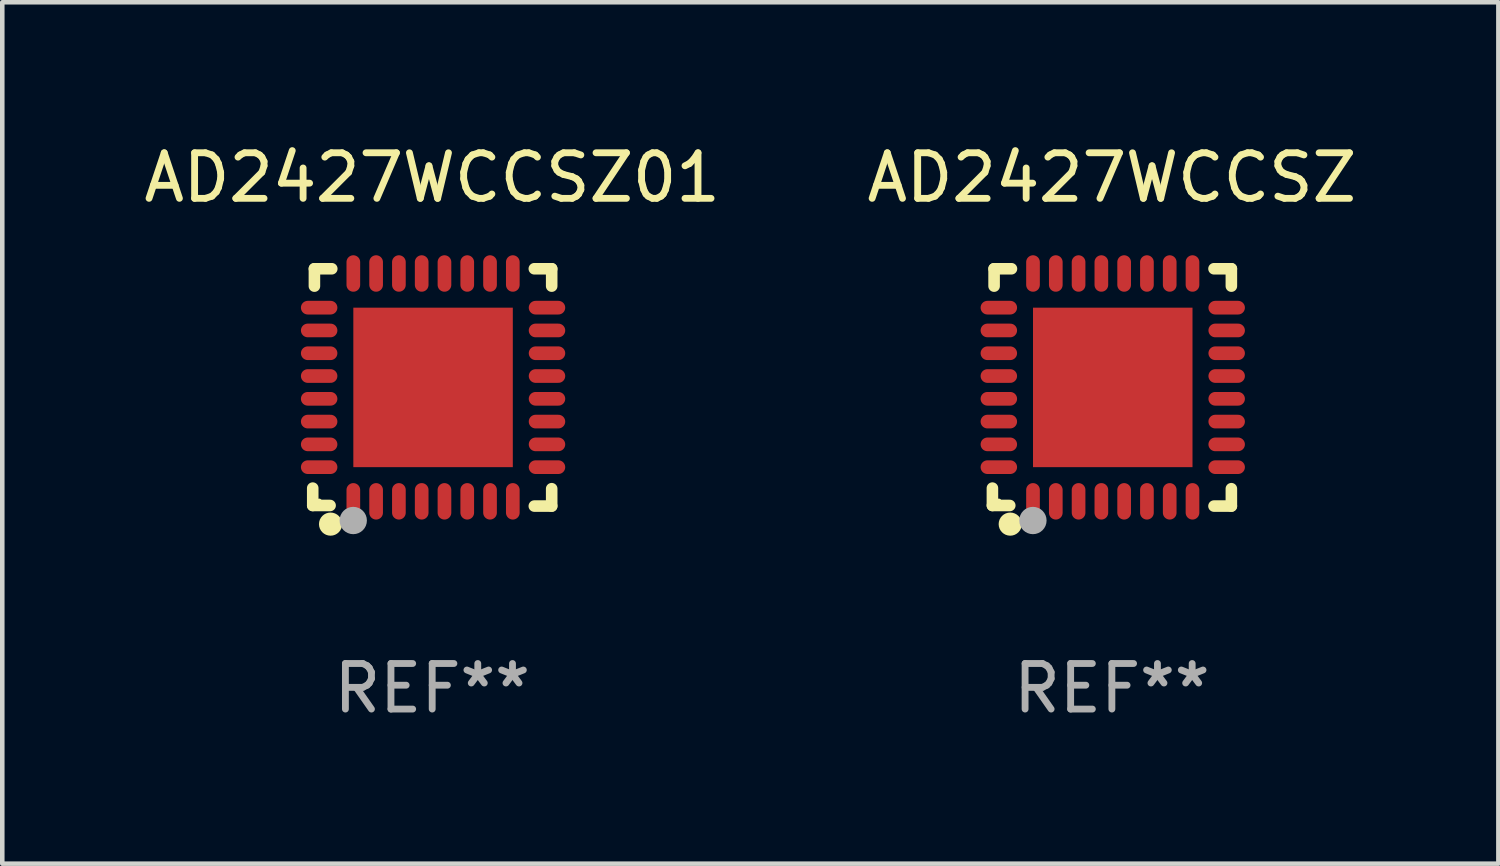
<source format=kicad_pcb>
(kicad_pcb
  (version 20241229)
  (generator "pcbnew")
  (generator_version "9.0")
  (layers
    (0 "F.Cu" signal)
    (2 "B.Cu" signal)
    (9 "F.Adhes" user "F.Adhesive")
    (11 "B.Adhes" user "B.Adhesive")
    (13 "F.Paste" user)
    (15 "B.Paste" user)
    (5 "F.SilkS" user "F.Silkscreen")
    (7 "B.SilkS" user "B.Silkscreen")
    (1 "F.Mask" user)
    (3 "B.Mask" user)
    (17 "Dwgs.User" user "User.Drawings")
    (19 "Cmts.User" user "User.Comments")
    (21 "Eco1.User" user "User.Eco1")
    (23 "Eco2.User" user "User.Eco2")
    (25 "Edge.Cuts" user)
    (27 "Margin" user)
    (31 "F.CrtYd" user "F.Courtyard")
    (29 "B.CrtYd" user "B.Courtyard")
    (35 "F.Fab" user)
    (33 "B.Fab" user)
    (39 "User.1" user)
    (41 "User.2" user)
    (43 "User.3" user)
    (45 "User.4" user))
  (footprint "AD2427WCCSZ01"
    (layer "F.Cu")
    (at 6.435 5.452)
    (property "Reference" "AD2427WCCSZ01" (at 0 -4.604 0) (layer "F.SilkS") (effects (font (size 1 1) (thickness 0.15))))
    (attr through_hole)
    (fp_line (start -2.622 2.21) (end -2.622 2.591) (stroke (width 0.254) (type solid)) (layer "F.SilkS"))
    (fp_line (start -2.622 2.591) (end -2.241 2.591) (stroke (width 0.254) (type solid)) (layer "F.SilkS"))
    (fp_line (start -2.585 -2.604) (end -2.585 -2.223) (stroke (width 0.254) (type solid)) (layer "F.SilkS"))
    (fp_line (start -2.204 -2.604) (end -2.585 -2.604) (stroke (width 0.254) (type solid)) (layer "F.SilkS"))
    (fp_line (start 2.241 2.604) (end 2.622 2.604) (stroke (width 0.254) (type solid)) (layer "F.SilkS"))
    (fp_line (start 2.622 -2.604) (end 2.241 -2.604) (stroke (width 0.254) (type solid)) (layer "F.SilkS"))
    (fp_line (start 2.622 -2.223) (end 2.622 -2.604) (stroke (width 0.254) (type solid)) (layer "F.SilkS"))
    (fp_line (start 2.622 2.604) (end 2.622 2.223) (stroke (width 0.254) (type solid)) (layer "F.SilkS"))
    (fp_circle (center -2.481 2.5) (end -2.451 2.5) (stroke (width 0.06) (type solid)) (fill no) (layer "F.SilkS"))
    (fp_circle (center -2.231 3) (end -2.104 3) (stroke (width 0.254) (type solid)) (fill no) (layer "F.SilkS"))
    (fp_circle (center -1.733 2.921) (end -1.583 2.921) (stroke (width 0.3) (type solid)) (fill no) (layer "F.Fab"))
    (fp_text user "REF**" (at 0 6.604 0) (layer "F.Fab") (effects (font (size 1 1) (thickness 0.15))))
    (pad "1" smd oval (at -1.731 2.5 90) (size 0.8 0.3) (layers "F.Cu" "F.Mask" "F.Paste"))
    (pad "2" smd oval (at -1.231 2.5 90) (size 0.8 0.3) (layers "F.Cu" "F.Mask" "F.Paste"))
    (pad "3" smd oval (at -0.731 2.5 90) (size 0.8 0.3) (layers "F.Cu" "F.Mask" "F.Paste"))
    (pad "4" smd oval (at -0.231 2.5 90) (size 0.8 0.3) (layers "F.Cu" "F.Mask" "F.Paste"))
    (pad "5" smd oval (at 0.269 2.5 90) (size 0.8 0.3) (layers "F.Cu" "F.Mask" "F.Paste"))
    (pad "6" smd oval (at 0.769 2.5 90) (size 0.8 0.3) (layers "F.Cu" "F.Mask" "F.Paste"))
    (pad "7" smd oval (at 1.269 2.5 90) (size 0.8 0.3) (layers "F.Cu" "F.Mask" "F.Paste"))
    (pad "8" smd oval (at 1.769 2.5 90) (size 0.8 0.3) (layers "F.Cu" "F.Mask" "F.Paste"))
    (pad "9" smd oval (at 2.519 1.75 180) (size 0.8 0.3) (layers "F.Cu" "F.Mask" "F.Paste"))
    (pad "10" smd oval (at 2.519 1.25 180) (size 0.8 0.3) (layers "F.Cu" "F.Mask" "F.Paste"))
    (pad "11" smd oval (at 2.519 0.75 180) (size 0.8 0.3) (layers "F.Cu" "F.Mask" "F.Paste"))
    (pad "12" smd oval (at 2.519 0.25 180) (size 0.8 0.3) (layers "F.Cu" "F.Mask" "F.Paste"))
    (pad "13" smd oval (at 2.519 -0.25 180) (size 0.8 0.3) (layers "F.Cu" "F.Mask" "F.Paste"))
    (pad "14" smd oval (at 2.519 -0.75 180) (size 0.8 0.3) (layers "F.Cu" "F.Mask" "F.Paste"))
    (pad "15" smd oval (at 2.519 -1.25 180) (size 0.8 0.3) (layers "F.Cu" "F.Mask" "F.Paste"))
    (pad "16" smd oval (at 2.519 -1.75 180) (size 0.8 0.3) (layers "F.Cu" "F.Mask" "F.Paste"))
    (pad "17" smd oval (at 1.769 -2.5 270) (size 0.8 0.3) (layers "F.Cu" "F.Mask" "F.Paste"))
    (pad "18" smd oval (at 1.269 -2.5 270) (size 0.8 0.3) (layers "F.Cu" "F.Mask" "F.Paste"))
    (pad "19" smd oval (at 0.769 -2.5 270) (size 0.8 0.3) (layers "F.Cu" "F.Mask" "F.Paste"))
    (pad "20" smd oval (at 0.269 -2.5 270) (size 0.8 0.3) (layers "F.Cu" "F.Mask" "F.Paste"))
    (pad "21" smd oval (at -0.231 -2.5 270) (size 0.8 0.3) (layers "F.Cu" "F.Mask" "F.Paste"))
    (pad "22" smd oval (at -0.731 -2.5 270) (size 0.8 0.3) (layers "F.Cu" "F.Mask" "F.Paste"))
    (pad "23" smd oval (at -1.231 -2.5 270) (size 0.8 0.3) (layers "F.Cu" "F.Mask" "F.Paste"))
    (pad "24" smd oval (at -1.731 -2.5 270) (size 0.8 0.3) (layers "F.Cu" "F.Mask" "F.Paste"))
    (pad "25" smd oval (at -2.481 -1.75) (size 0.8 0.3) (layers "F.Cu" "F.Mask" "F.Paste"))
    (pad "26" smd oval (at -2.481 -1.25) (size 0.8 0.3) (layers "F.Cu" "F.Mask" "F.Paste"))
    (pad "27" smd oval (at -2.481 -0.75) (size 0.8 0.3) (layers "F.Cu" "F.Mask" "F.Paste"))
    (pad "28" smd oval (at -2.481 -0.25) (size 0.8 0.3) (layers "F.Cu" "F.Mask" "F.Paste"))
    (pad "29" smd oval (at -2.481 0.25) (size 0.8 0.3) (layers "F.Cu" "F.Mask" "F.Paste"))
    (pad "30" smd oval (at -2.481 0.75) (size 0.8 0.3) (layers "F.Cu" "F.Mask" "F.Paste"))
    (pad "31" smd oval (at -2.481 1.25) (size 0.8 0.3) (layers "F.Cu" "F.Mask" "F.Paste"))
    (pad "32" smd oval (at -2.481 1.75) (size 0.8 0.3) (layers "F.Cu" "F.Mask" "F.Paste"))
    (pad "33" smd rect (at 0.019 -0.000025 90) (size 3.5 3.5) (layers "F.Cu" "F.Mask" "F.Paste")))
  (footprint "AD2427WCCSZ"
    (layer "F.Cu")
    (at 21.351 5.452)
    (property "Reference" "AD2427WCCSZ" (at 0 -4.604 0) (layer "F.SilkS") (effects (font (size 1 1) (thickness 0.15))))
    (attr through_hole)
    (fp_line (start -2.622 2.21) (end -2.622 2.591) (stroke (width 0.254) (type solid)) (layer "F.SilkS"))
    (fp_line (start -2.622 2.591) (end -2.241 2.591) (stroke (width 0.254) (type solid)) (layer "F.SilkS"))
    (fp_line (start -2.585 -2.604) (end -2.585 -2.223) (stroke (width 0.254) (type solid)) (layer "F.SilkS"))
    (fp_line (start -2.204 -2.604) (end -2.585 -2.604) (stroke (width 0.254) (type solid)) (layer "F.SilkS"))
    (fp_line (start 2.241 2.604) (end 2.622 2.604) (stroke (width 0.254) (type solid)) (layer "F.SilkS"))
    (fp_line (start 2.622 -2.604) (end 2.241 -2.604) (stroke (width 0.254) (type solid)) (layer "F.SilkS"))
    (fp_line (start 2.622 -2.223) (end 2.622 -2.604) (stroke (width 0.254) (type solid)) (layer "F.SilkS"))
    (fp_line (start 2.622 2.604) (end 2.622 2.223) (stroke (width 0.254) (type solid)) (layer "F.SilkS"))
    (fp_circle (center -2.481 2.5) (end -2.451 2.5) (stroke (width 0.06) (type solid)) (fill no) (layer "F.SilkS"))
    (fp_circle (center -2.231 3) (end -2.104 3) (stroke (width 0.254) (type solid)) (fill no) (layer "F.SilkS"))
    (fp_circle (center -1.733 2.921) (end -1.583 2.921) (stroke (width 0.3) (type solid)) (fill no) (layer "F.Fab"))
    (fp_text user "REF**" (at 0 6.604 0) (layer "F.Fab") (effects (font (size 1 1) (thickness 0.15))))
    (pad "1" smd oval (at -1.731 2.5 90) (size 0.8 0.3) (layers "F.Cu" "F.Mask" "F.Paste"))
    (pad "2" smd oval (at -1.231 2.5 90) (size 0.8 0.3) (layers "F.Cu" "F.Mask" "F.Paste"))
    (pad "3" smd oval (at -0.731 2.5 90) (size 0.8 0.3) (layers "F.Cu" "F.Mask" "F.Paste"))
    (pad "4" smd oval (at -0.231 2.5 90) (size 0.8 0.3) (layers "F.Cu" "F.Mask" "F.Paste"))
    (pad "5" smd oval (at 0.269 2.5 90) (size 0.8 0.3) (layers "F.Cu" "F.Mask" "F.Paste"))
    (pad "6" smd oval (at 0.769 2.5 90) (size 0.8 0.3) (layers "F.Cu" "F.Mask" "F.Paste"))
    (pad "7" smd oval (at 1.269 2.5 90) (size 0.8 0.3) (layers "F.Cu" "F.Mask" "F.Paste"))
    (pad "8" smd oval (at 1.769 2.5 90) (size 0.8 0.3) (layers "F.Cu" "F.Mask" "F.Paste"))
    (pad "9" smd oval (at 2.519 1.75 180) (size 0.8 0.3) (layers "F.Cu" "F.Mask" "F.Paste"))
    (pad "10" smd oval (at 2.519 1.25 180) (size 0.8 0.3) (layers "F.Cu" "F.Mask" "F.Paste"))
    (pad "11" smd oval (at 2.519 0.75 180) (size 0.8 0.3) (layers "F.Cu" "F.Mask" "F.Paste"))
    (pad "12" smd oval (at 2.519 0.25 180) (size 0.8 0.3) (layers "F.Cu" "F.Mask" "F.Paste"))
    (pad "13" smd oval (at 2.519 -0.25 180) (size 0.8 0.3) (layers "F.Cu" "F.Mask" "F.Paste"))
    (pad "14" smd oval (at 2.519 -0.75 180) (size 0.8 0.3) (layers "F.Cu" "F.Mask" "F.Paste"))
    (pad "15" smd oval (at 2.519 -1.25 180) (size 0.8 0.3) (layers "F.Cu" "F.Mask" "F.Paste"))
    (pad "16" smd oval (at 2.519 -1.75 180) (size 0.8 0.3) (layers "F.Cu" "F.Mask" "F.Paste"))
    (pad "17" smd oval (at 1.769 -2.5 270) (size 0.8 0.3) (layers "F.Cu" "F.Mask" "F.Paste"))
    (pad "18" smd oval (at 1.269 -2.5 270) (size 0.8 0.3) (layers "F.Cu" "F.Mask" "F.Paste"))
    (pad "19" smd oval (at 0.769 -2.5 270) (size 0.8 0.3) (layers "F.Cu" "F.Mask" "F.Paste"))
    (pad "20" smd oval (at 0.269 -2.5 270) (size 0.8 0.3) (layers "F.Cu" "F.Mask" "F.Paste"))
    (pad "21" smd oval (at -0.231 -2.5 270) (size 0.8 0.3) (layers "F.Cu" "F.Mask" "F.Paste"))
    (pad "22" smd oval (at -0.731 -2.5 270) (size 0.8 0.3) (layers "F.Cu" "F.Mask" "F.Paste"))
    (pad "23" smd oval (at -1.231 -2.5 270) (size 0.8 0.3) (layers "F.Cu" "F.Mask" "F.Paste"))
    (pad "24" smd oval (at -1.731 -2.5 270) (size 0.8 0.3) (layers "F.Cu" "F.Mask" "F.Paste"))
    (pad "25" smd oval (at -2.481 -1.75) (size 0.8 0.3) (layers "F.Cu" "F.Mask" "F.Paste"))
    (pad "26" smd oval (at -2.481 -1.25) (size 0.8 0.3) (layers "F.Cu" "F.Mask" "F.Paste"))
    (pad "27" smd oval (at -2.481 -0.75) (size 0.8 0.3) (layers "F.Cu" "F.Mask" "F.Paste"))
    (pad "28" smd oval (at -2.481 -0.25) (size 0.8 0.3) (layers "F.Cu" "F.Mask" "F.Paste"))
    (pad "29" smd oval (at -2.481 0.25) (size 0.8 0.3) (layers "F.Cu" "F.Mask" "F.Paste"))
    (pad "30" smd oval (at -2.481 0.75) (size 0.8 0.3) (layers "F.Cu" "F.Mask" "F.Paste"))
    (pad "31" smd oval (at -2.481 1.25) (size 0.8 0.3) (layers "F.Cu" "F.Mask" "F.Paste"))
    (pad "32" smd oval (at -2.481 1.75) (size 0.8 0.3) (layers "F.Cu" "F.Mask" "F.Paste"))
    (pad "33" smd rect (at 0.019 -0.000025 90) (size 3.5 3.5) (layers "F.Cu" "F.Mask" "F.Paste")))
  (gr_rect
    (start -3 -3)
    (end 29.833 15.904)
    (stroke (width 0.1) (type default))
    (fill no)
    (layer "Edge.Cuts")))
</source>
